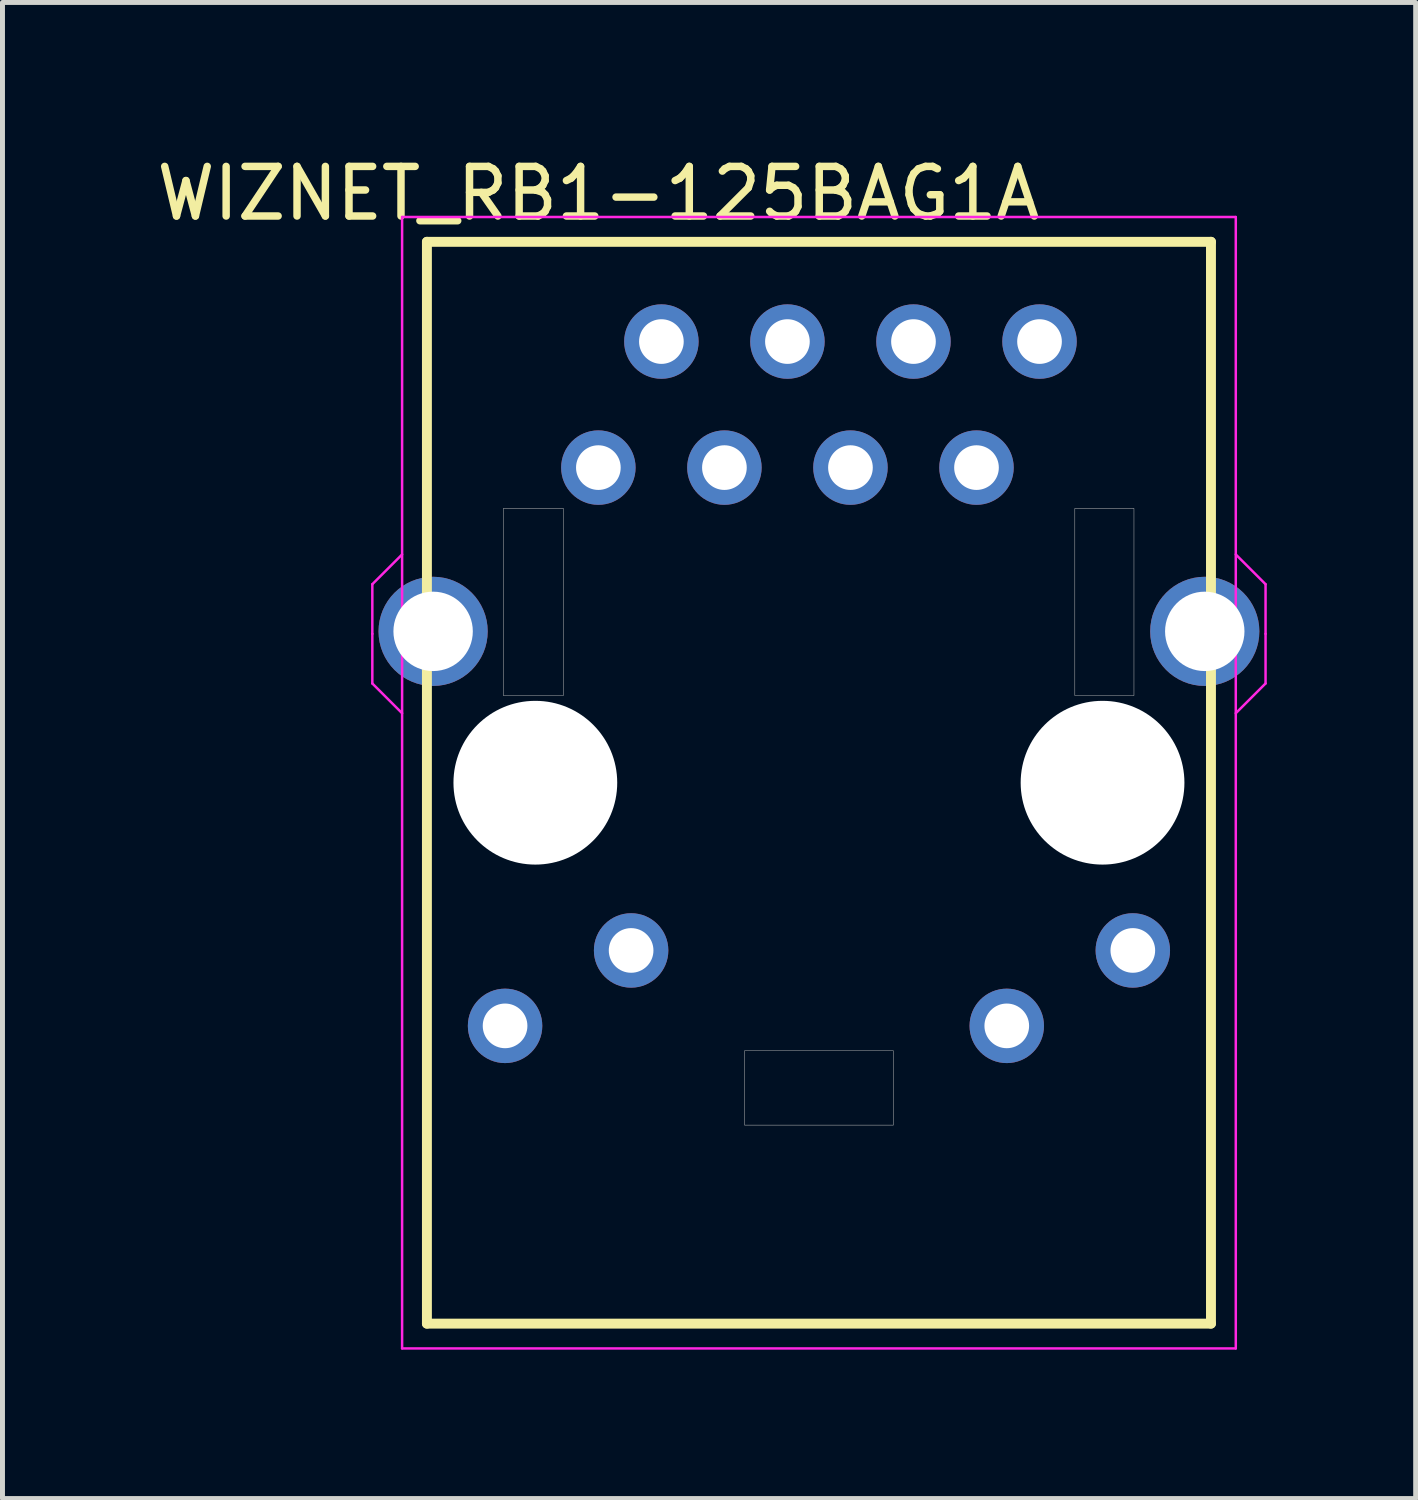
<source format=kicad_pcb>
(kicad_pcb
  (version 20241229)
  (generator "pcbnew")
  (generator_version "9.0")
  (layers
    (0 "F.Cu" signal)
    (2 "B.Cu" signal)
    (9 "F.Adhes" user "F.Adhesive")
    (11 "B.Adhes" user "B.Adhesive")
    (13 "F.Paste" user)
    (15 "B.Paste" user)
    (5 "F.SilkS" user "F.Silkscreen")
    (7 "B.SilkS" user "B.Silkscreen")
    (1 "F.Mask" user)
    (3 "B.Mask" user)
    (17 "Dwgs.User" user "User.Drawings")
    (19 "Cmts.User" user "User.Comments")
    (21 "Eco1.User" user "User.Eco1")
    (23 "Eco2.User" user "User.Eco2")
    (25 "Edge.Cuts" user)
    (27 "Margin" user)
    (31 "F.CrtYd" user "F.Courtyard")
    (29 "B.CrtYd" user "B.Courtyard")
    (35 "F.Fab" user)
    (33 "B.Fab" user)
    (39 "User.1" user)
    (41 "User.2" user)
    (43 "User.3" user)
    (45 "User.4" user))
  (footprint "WIZNET_RB1-125BAG1A"
    (layer "F.Cu")
    (at 13.453 12.723)
    (property "Reference" "WIZNET_RB1-125BAG1A" (at -4.446 -11.875 0) (layer "F.SilkS") (effects (font (size 1 1) (thickness 0.15))))
    (attr through_hole)
    (fp_line (start -7.9 -10.9) (end -7.9 10.9) (stroke (width 0.2) (type default)) (layer "F.SilkS"))
    (fp_line (start -7.9 10.9) (end 7.9 10.9) (stroke (width 0.2) (type default)) (layer "F.SilkS"))
    (fp_line (start 7.9 -10.9) (end -7.9 -10.9) (stroke (width 0.2) (type default)) (layer "F.SilkS"))
    (fp_line (start 7.9 10.9) (end 7.9 -10.9) (stroke (width 0.2) (type default)) (layer "F.SilkS"))
    (fp_line (start -9 -4) (end -8.4 -4.6) (stroke (width 0.05) (type default)) (layer "F.CrtYd"))
    (fp_line (start -9 -3) (end -9 -4) (stroke (width 0.05) (type default)) (layer "F.CrtYd"))
    (fp_line (start -9 -3) (end -9 -2) (stroke (width 0.05) (type default)) (layer "F.CrtYd"))
    (fp_line (start -9 -2) (end -8.4 -1.4) (stroke (width 0.05) (type default)) (layer "F.CrtYd"))
    (fp_line (start -8.4 -11.4) (end 8.4 -11.4) (stroke (width 0.05) (type default)) (layer "F.CrtYd"))
    (fp_line (start -8.4 11.4) (end -8.4 -11.4) (stroke (width 0.05) (type default)) (layer "F.CrtYd"))
    (fp_line (start 8.4 -11.4) (end 8.4 11.4) (stroke (width 0.05) (type default)) (layer "F.CrtYd"))
    (fp_line (start 8.4 11.4) (end -8.4 11.4) (stroke (width 0.05) (type default)) (layer "F.CrtYd"))
    (fp_line (start 9 -4) (end 8.4 -4.6) (stroke (width 0.05) (type default)) (layer "F.CrtYd"))
    (fp_line (start 9 -3) (end 9 -4) (stroke (width 0.05) (type default)) (layer "F.CrtYd"))
    (fp_line (start 9 -3) (end 9 -2) (stroke (width 0.05) (type default)) (layer "F.CrtYd"))
    (fp_line (start 9 -2) (end 8.4 -1.4) (stroke (width 0.05) (type default)) (layer "F.CrtYd"))
    (fp_poly (pts (xy -6.36 -5.528) (xy -5.15 -5.528) (xy -5.15 -1.756) (xy -6.36 -1.756)) (stroke (width 0.01) (type solid)) (fill no) (layer "F.Fab"))
    (fp_poly (pts (xy -1.5 5.4) (xy 1.5 5.4) (xy 1.5 6.9) (xy -1.5 6.9)) (stroke (width 0.01) (type solid)) (fill no) (layer "F.Fab"))
    (fp_poly (pts (xy 5.156 -5.528) (xy 6.348 -5.528) (xy 6.348 -1.756) (xy 5.156 -1.756)) (stroke (width 0.01) (type solid)) (fill no) (layer "F.Fab"))
    (pad "" np_thru_hole circle (at -5.715 0) (size 3.3 3.3) (drill 3.3) (layers "*.Cu" "*.Mask"))
    (pad "" np_thru_hole circle (at 5.715 0) (size 3.3 3.3) (drill 3.3) (layers "*.Cu" "*.Mask"))
    (pad "L1" thru_hole circle (at 6.325 3.38) (size 1.5 1.5) (drill 0.9) (layers "*.Cu" "*.Mask"))
    (pad "L2" thru_hole circle (at 3.785 4.9) (size 1.5 1.5) (drill 0.9) (layers "*.Cu" "*.Mask"))
    (pad "L3" thru_hole circle (at -3.785 3.38) (size 1.5 1.5) (drill 0.9) (layers "*.Cu" "*.Mask"))
    (pad "L4" thru_hole circle (at -6.325 4.9) (size 1.5 1.5) (drill 0.9) (layers "*.Cu" "*.Mask"))
    (pad "R1" thru_hole circle (at -4.445 -6.35) (size 1.5 1.5) (drill 0.9) (layers "*.Cu" "*.Mask"))
    (pad "R2" thru_hole circle (at -3.175 -8.89) (size 1.5 1.5) (drill 0.9) (layers "*.Cu" "*.Mask"))
    (pad "R3" thru_hole circle (at -1.905 -6.35) (size 1.5 1.5) (drill 0.9) (layers "*.Cu" "*.Mask"))
    (pad "R4" thru_hole circle (at -0.635 -8.89) (size 1.5 1.5) (drill 0.9) (layers "*.Cu" "*.Mask"))
    (pad "R5" thru_hole circle (at 0.635 -6.35) (size 1.5 1.5) (drill 0.9) (layers "*.Cu" "*.Mask"))
    (pad "R6" thru_hole circle (at 1.905 -8.89) (size 1.5 1.5) (drill 0.9) (layers "*.Cu" "*.Mask"))
    (pad "R7" thru_hole circle (at 3.175 -6.35) (size 1.5 1.5) (drill 0.9) (layers "*.Cu" "*.Mask"))
    (pad "R8" thru_hole circle (at 4.445 -8.89) (size 1.5 1.5) (drill 0.9) (layers "*.Cu" "*.Mask"))
    (pad "S1" thru_hole circle (at -7.775 -3.05) (size 2.2 2.2) (drill 1.6) (layers "*.Cu" "*.Mask"))
    (pad "S2" thru_hole circle (at 7.775 -3.05) (size 2.2 2.2) (drill 1.6) (layers "*.Cu" "*.Mask")))
  (gr_rect
    (start -3 -3)
    (end 25.478 27.148)
    (stroke (width 0.1) (type default))
    (fill no)
    (layer "Edge.Cuts")))
</source>
